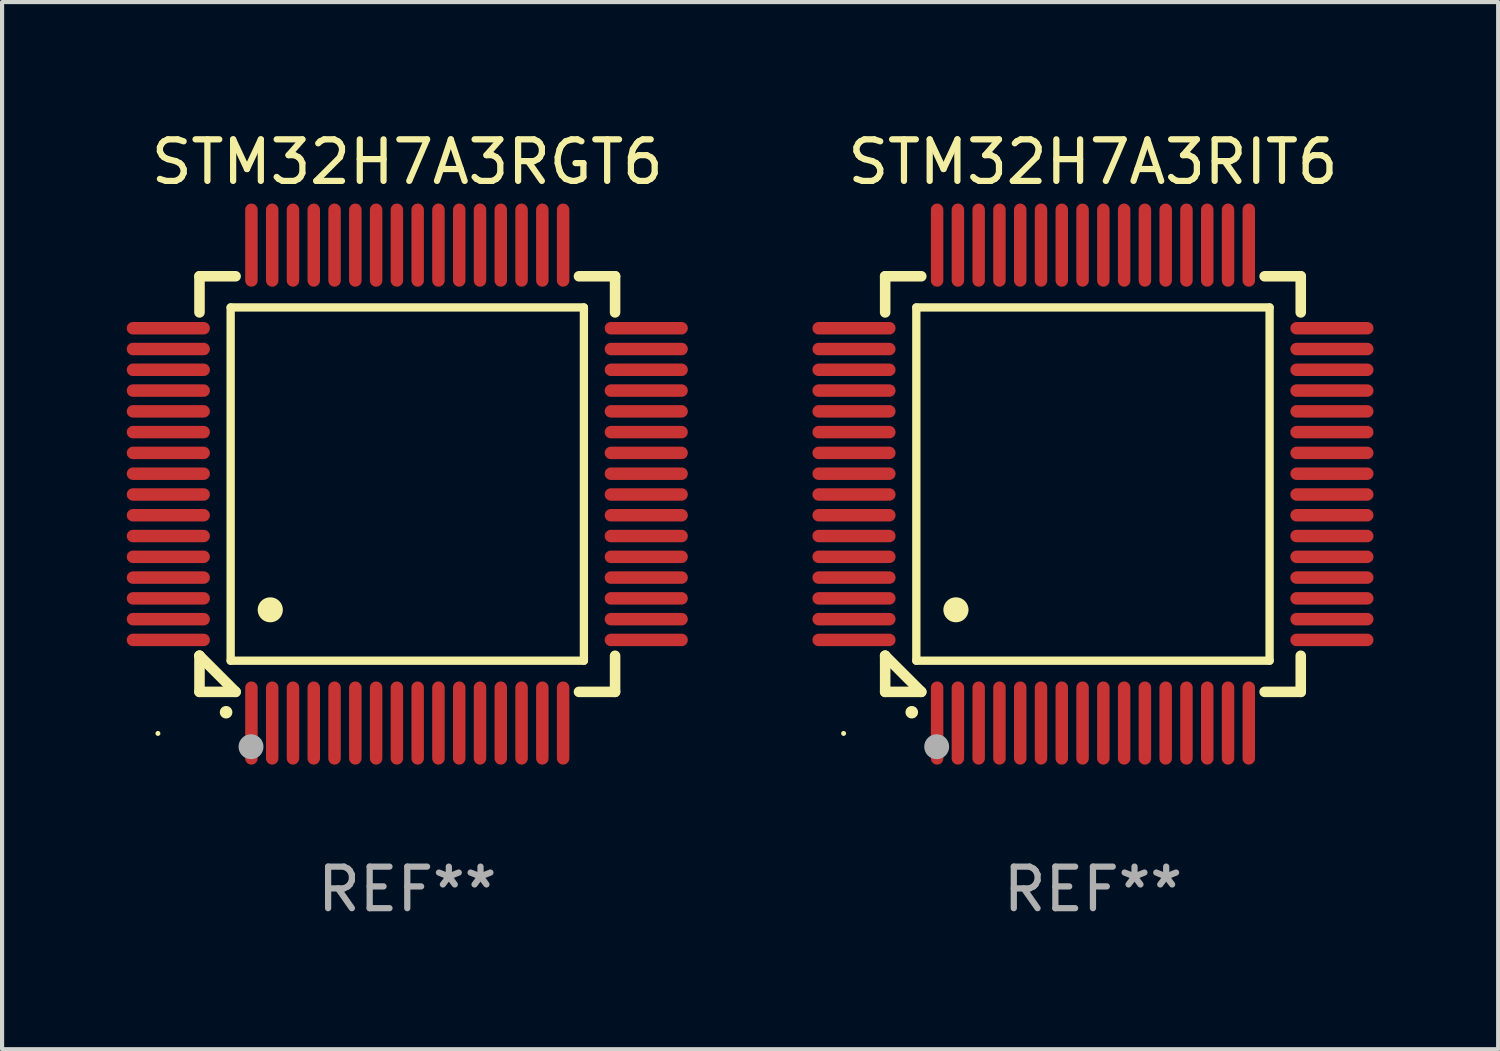
<source format=kicad_pcb>
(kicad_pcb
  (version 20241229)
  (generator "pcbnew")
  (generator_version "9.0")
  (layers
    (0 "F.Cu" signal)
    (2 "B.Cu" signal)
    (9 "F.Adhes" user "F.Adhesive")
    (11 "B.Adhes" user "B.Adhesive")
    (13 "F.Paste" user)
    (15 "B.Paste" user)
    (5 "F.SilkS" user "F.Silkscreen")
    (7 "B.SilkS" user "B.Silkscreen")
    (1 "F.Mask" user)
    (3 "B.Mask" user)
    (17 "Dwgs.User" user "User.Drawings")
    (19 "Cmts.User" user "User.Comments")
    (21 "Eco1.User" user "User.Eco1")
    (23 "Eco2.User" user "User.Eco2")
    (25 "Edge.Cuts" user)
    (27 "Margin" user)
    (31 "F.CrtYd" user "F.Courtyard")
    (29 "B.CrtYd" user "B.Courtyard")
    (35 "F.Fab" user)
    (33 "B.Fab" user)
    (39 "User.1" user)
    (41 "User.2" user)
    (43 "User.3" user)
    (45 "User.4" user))
  (footprint "STM32H7A3RGT6"
    (layer "F.Cu")
    (at 6.75 8.598)
    (property "Reference" "STM32H7A3RGT6" (at 0 -7.75 0) (layer "F.SilkS") (effects (font (size 1 1) (thickness 0.15))))
    (attr through_hole)
    (fp_line (start -5 -5) (end -4.131 -5) (stroke (width 0.254) (type solid)) (layer "F.SilkS"))
    (fp_line (start -5 -4.131) (end -5 -5) (stroke (width 0.254) (type solid)) (layer "F.SilkS"))
    (fp_line (start -5 4.131) (end -5 4.131) (stroke (width 0.254) (type solid)) (layer "F.SilkS"))
    (fp_line (start -5 5) (end -5 4.131) (stroke (width 0.254) (type solid)) (layer "F.SilkS"))
    (fp_line (start -5 4.131) (end -4.131 5) (stroke (width 0.254) (type solid)) (layer "F.SilkS"))
    (fp_line (start -4.25 -4.25) (end -4.25 4.25) (stroke (width 0.2) (type solid)) (layer "F.SilkS"))
    (fp_line (start -4.25 4.25) (end 4.25 4.25) (stroke (width 0.2) (type solid)) (layer "F.SilkS"))
    (fp_line (start -4.131 5) (end -5 5) (stroke (width 0.254) (type solid)) (layer "F.SilkS"))
    (fp_line (start 4.25 -4.25) (end -4.25 -4.25) (stroke (width 0.2) (type solid)) (layer "F.SilkS"))
    (fp_line (start 4.25 4.25) (end 4.25 -4.25) (stroke (width 0.2) (type solid)) (layer "F.SilkS"))
    (fp_line (start 5 -5) (end 4.131 -5) (stroke (width 0.254) (type solid)) (layer "F.SilkS"))
    (fp_line (start 5 -5) (end 5 -4.131) (stroke (width 0.254) (type solid)) (layer "F.SilkS"))
    (fp_line (start 5 4.131) (end 5 5) (stroke (width 0.254) (type solid)) (layer "F.SilkS"))
    (fp_line (start 5 5) (end 4.131 5) (stroke (width 0.254) (type solid)) (layer "F.SilkS"))
    (fp_arc (start -4.361265 5.489992) (mid -4.359995 5.489987) (end -4.358725 5.489992) (stroke (width 0.3) (type solid)) (layer "F.SilkS"))
    (fp_arc (start -3.299467 3.025146) (mid -3.296927 3.025135) (end -3.294387 3.025146) (stroke (width 0.6) (type solid)) (layer "F.SilkS"))
    (fp_circle (center -6 6) (end -5.97 6) (stroke (width 0.06) (type solid)) (fill no) (layer "F.SilkS"))
    (fp_circle (center -3.76 6.32) (end -3.61 6.32) (stroke (width 0.3) (type solid)) (fill no) (layer "F.Fab"))
    (fp_text user "REF**" (at 0 9.75 0) (layer "F.Fab") (effects (font (size 1 1) (thickness 0.15))))
    (pad "1" smd oval (at -3.75 5.75) (size 0.3 2) (layers "F.Cu" "F.Mask" "F.Paste"))
    (pad "2" smd oval (at -3.25 5.75) (size 0.3 2) (layers "F.Cu" "F.Mask" "F.Paste"))
    (pad "3" smd oval (at -2.75 5.75) (size 0.3 2) (layers "F.Cu" "F.Mask" "F.Paste"))
    (pad "4" smd oval (at -2.25 5.75) (size 0.3 2) (layers "F.Cu" "F.Mask" "F.Paste"))
    (pad "5" smd oval (at -1.75 5.75) (size 0.3 2) (layers "F.Cu" "F.Mask" "F.Paste"))
    (pad "6" smd oval (at -1.25 5.75) (size 0.3 2) (layers "F.Cu" "F.Mask" "F.Paste"))
    (pad "7" smd oval (at -0.75 5.75) (size 0.3 2) (layers "F.Cu" "F.Mask" "F.Paste"))
    (pad "8" smd oval (at -0.25 5.75) (size 0.3 2) (layers "F.Cu" "F.Mask" "F.Paste"))
    (pad "9" smd oval (at 0.25 5.75) (size 0.3 2) (layers "F.Cu" "F.Mask" "F.Paste"))
    (pad "10" smd oval (at 0.75 5.75) (size 0.3 2) (layers "F.Cu" "F.Mask" "F.Paste"))
    (pad "11" smd oval (at 1.25 5.75) (size 0.3 2) (layers "F.Cu" "F.Mask" "F.Paste"))
    (pad "12" smd oval (at 1.75 5.75) (size 0.3 2) (layers "F.Cu" "F.Mask" "F.Paste"))
    (pad "13" smd oval (at 2.25 5.75) (size 0.3 2) (layers "F.Cu" "F.Mask" "F.Paste"))
    (pad "14" smd oval (at 2.75 5.75) (size 0.3 2) (layers "F.Cu" "F.Mask" "F.Paste"))
    (pad "15" smd oval (at 3.25 5.75) (size 0.3 2) (layers "F.Cu" "F.Mask" "F.Paste"))
    (pad "16" smd oval (at 3.75 5.75) (size 0.3 2) (layers "F.Cu" "F.Mask" "F.Paste"))
    (pad "17" smd oval (at 5.75 3.75) (size 2 0.3) (layers "F.Cu" "F.Mask" "F.Paste"))
    (pad "18" smd oval (at 5.75 3.25) (size 2 0.3) (layers "F.Cu" "F.Mask" "F.Paste"))
    (pad "19" smd oval (at 5.75 2.75) (size 2 0.3) (layers "F.Cu" "F.Mask" "F.Paste"))
    (pad "20" smd oval (at 5.75 2.25) (size 2 0.3) (layers "F.Cu" "F.Mask" "F.Paste"))
    (pad "21" smd oval (at 5.75 1.75) (size 2 0.3) (layers "F.Cu" "F.Mask" "F.Paste"))
    (pad "22" smd oval (at 5.75 1.25) (size 2 0.3) (layers "F.Cu" "F.Mask" "F.Paste"))
    (pad "23" smd oval (at 5.75 0.75) (size 2 0.3) (layers "F.Cu" "F.Mask" "F.Paste"))
    (pad "24" smd oval (at 5.75 0.25) (size 2 0.3) (layers "F.Cu" "F.Mask" "F.Paste"))
    (pad "25" smd oval (at 5.75 -0.25) (size 2 0.3) (layers "F.Cu" "F.Mask" "F.Paste"))
    (pad "26" smd oval (at 5.75 -0.75) (size 2 0.3) (layers "F.Cu" "F.Mask" "F.Paste"))
    (pad "27" smd oval (at 5.75 -1.25) (size 2 0.3) (layers "F.Cu" "F.Mask" "F.Paste"))
    (pad "28" smd oval (at 5.75 -1.75) (size 2 0.3) (layers "F.Cu" "F.Mask" "F.Paste"))
    (pad "29" smd oval (at 5.75 -2.25) (size 2 0.3) (layers "F.Cu" "F.Mask" "F.Paste"))
    (pad "30" smd oval (at 5.75 -2.75) (size 2 0.3) (layers "F.Cu" "F.Mask" "F.Paste"))
    (pad "31" smd oval (at 5.75 -3.25) (size 2 0.3) (layers "F.Cu" "F.Mask" "F.Paste"))
    (pad "32" smd oval (at 5.75 -3.75) (size 2 0.3) (layers "F.Cu" "F.Mask" "F.Paste"))
    (pad "33" smd oval (at 3.75 -5.75) (size 0.3 2) (layers "F.Cu" "F.Mask" "F.Paste"))
    (pad "34" smd oval (at 3.25 -5.75) (size 0.3 2) (layers "F.Cu" "F.Mask" "F.Paste"))
    (pad "35" smd oval (at 2.75 -5.75) (size 0.3 2) (layers "F.Cu" "F.Mask" "F.Paste"))
    (pad "36" smd oval (at 2.25 -5.75) (size 0.3 2) (layers "F.Cu" "F.Mask" "F.Paste"))
    (pad "37" smd oval (at 1.75 -5.75) (size 0.3 2) (layers "F.Cu" "F.Mask" "F.Paste"))
    (pad "38" smd oval (at 1.25 -5.75) (size 0.3 2) (layers "F.Cu" "F.Mask" "F.Paste"))
    (pad "39" smd oval (at 0.75 -5.75) (size 0.3 2) (layers "F.Cu" "F.Mask" "F.Paste"))
    (pad "40" smd oval (at 0.25 -5.75) (size 0.3 2) (layers "F.Cu" "F.Mask" "F.Paste"))
    (pad "41" smd oval (at -0.25 -5.75) (size 0.3 2) (layers "F.Cu" "F.Mask" "F.Paste"))
    (pad "42" smd oval (at -0.75 -5.75) (size 0.3 2) (layers "F.Cu" "F.Mask" "F.Paste"))
    (pad "43" smd oval (at -1.25 -5.75) (size 0.3 2) (layers "F.Cu" "F.Mask" "F.Paste"))
    (pad "44" smd oval (at -1.75 -5.75) (size 0.3 2) (layers "F.Cu" "F.Mask" "F.Paste"))
    (pad "45" smd oval (at -2.25 -5.75) (size 0.3 2) (layers "F.Cu" "F.Mask" "F.Paste"))
    (pad "46" smd oval (at -2.75 -5.75) (size 0.3 2) (layers "F.Cu" "F.Mask" "F.Paste"))
    (pad "47" smd oval (at -3.25 -5.75) (size 0.3 2) (layers "F.Cu" "F.Mask" "F.Paste"))
    (pad "48" smd oval (at -3.75 -5.75) (size 0.3 2) (layers "F.Cu" "F.Mask" "F.Paste"))
    (pad "49" smd oval (at -5.75 -3.75) (size 2 0.3) (layers "F.Cu" "F.Mask" "F.Paste"))
    (pad "50" smd oval (at -5.75 -3.25) (size 2 0.3) (layers "F.Cu" "F.Mask" "F.Paste"))
    (pad "51" smd oval (at -5.75 -2.75) (size 2 0.3) (layers "F.Cu" "F.Mask" "F.Paste"))
    (pad "52" smd oval (at -5.75 -2.25) (size 2 0.3) (layers "F.Cu" "F.Mask" "F.Paste"))
    (pad "53" smd oval (at -5.75 -1.75) (size 2 0.3) (layers "F.Cu" "F.Mask" "F.Paste"))
    (pad "54" smd oval (at -5.75 -1.25) (size 2 0.3) (layers "F.Cu" "F.Mask" "F.Paste"))
    (pad "55" smd oval (at -5.75 -0.75) (size 2 0.3) (layers "F.Cu" "F.Mask" "F.Paste"))
    (pad "56" smd oval (at -5.75 -0.25) (size 2 0.3) (layers "F.Cu" "F.Mask" "F.Paste"))
    (pad "57" smd oval (at -5.75 0.25) (size 2 0.3) (layers "F.Cu" "F.Mask" "F.Paste"))
    (pad "58" smd oval (at -5.75 0.75) (size 2 0.3) (layers "F.Cu" "F.Mask" "F.Paste"))
    (pad "59" smd oval (at -5.75 1.25) (size 2 0.3) (layers "F.Cu" "F.Mask" "F.Paste"))
    (pad "60" smd oval (at -5.75 1.75) (size 2 0.3) (layers "F.Cu" "F.Mask" "F.Paste"))
    (pad "61" smd oval (at -5.75 2.25) (size 2 0.3) (layers "F.Cu" "F.Mask" "F.Paste"))
    (pad "62" smd oval (at -5.75 2.75) (size 2 0.3) (layers "F.Cu" "F.Mask" "F.Paste"))
    (pad "63" smd oval (at -5.75 3.25) (size 2 0.3) (layers "F.Cu" "F.Mask" "F.Paste"))
    (pad "64" smd oval (at -5.75 3.75) (size 2 0.3) (layers "F.Cu" "F.Mask" "F.Paste")))
  (footprint "STM32H7A3RIT6"
    (layer "F.Cu")
    (at 23.249 8.598)
    (property "Reference" "STM32H7A3RIT6" (at 0 -7.75 0) (layer "F.SilkS") (effects (font (size 1 1) (thickness 0.15))))
    (attr through_hole)
    (fp_line (start -5 -5) (end -4.131 -5) (stroke (width 0.254) (type solid)) (layer "F.SilkS"))
    (fp_line (start -5 -4.131) (end -5 -5) (stroke (width 0.254) (type solid)) (layer "F.SilkS"))
    (fp_line (start -5 4.131) (end -5 4.131) (stroke (width 0.254) (type solid)) (layer "F.SilkS"))
    (fp_line (start -5 5) (end -5 4.131) (stroke (width 0.254) (type solid)) (layer "F.SilkS"))
    (fp_line (start -5 4.131) (end -4.131 5) (stroke (width 0.254) (type solid)) (layer "F.SilkS"))
    (fp_line (start -4.25 -4.25) (end -4.25 4.25) (stroke (width 0.2) (type solid)) (layer "F.SilkS"))
    (fp_line (start -4.25 4.25) (end 4.25 4.25) (stroke (width 0.2) (type solid)) (layer "F.SilkS"))
    (fp_line (start -4.131 5) (end -5 5) (stroke (width 0.254) (type solid)) (layer "F.SilkS"))
    (fp_line (start 4.25 -4.25) (end -4.25 -4.25) (stroke (width 0.2) (type solid)) (layer "F.SilkS"))
    (fp_line (start 4.25 4.25) (end 4.25 -4.25) (stroke (width 0.2) (type solid)) (layer "F.SilkS"))
    (fp_line (start 5 -5) (end 4.131 -5) (stroke (width 0.254) (type solid)) (layer "F.SilkS"))
    (fp_line (start 5 -5) (end 5 -4.131) (stroke (width 0.254) (type solid)) (layer "F.SilkS"))
    (fp_line (start 5 4.131) (end 5 5) (stroke (width 0.254) (type solid)) (layer "F.SilkS"))
    (fp_line (start 5 5) (end 4.131 5) (stroke (width 0.254) (type solid)) (layer "F.SilkS"))
    (fp_arc (start -4.361265 5.489992) (mid -4.359995 5.489987) (end -4.358725 5.489992) (stroke (width 0.3) (type solid)) (layer "F.SilkS"))
    (fp_arc (start -3.299467 3.025146) (mid -3.296927 3.025135) (end -3.294387 3.025146) (stroke (width 0.6) (type solid)) (layer "F.SilkS"))
    (fp_circle (center -6 6) (end -5.97 6) (stroke (width 0.06) (type solid)) (fill no) (layer "F.SilkS"))
    (fp_circle (center -3.76 6.32) (end -3.61 6.32) (stroke (width 0.3) (type solid)) (fill no) (layer "F.Fab"))
    (fp_text user "REF**" (at 0 9.75 0) (layer "F.Fab") (effects (font (size 1 1) (thickness 0.15))))
    (pad "1" smd oval (at -3.75 5.75) (size 0.3 2) (layers "F.Cu" "F.Mask" "F.Paste"))
    (pad "2" smd oval (at -3.25 5.75) (size 0.3 2) (layers "F.Cu" "F.Mask" "F.Paste"))
    (pad "3" smd oval (at -2.75 5.75) (size 0.3 2) (layers "F.Cu" "F.Mask" "F.Paste"))
    (pad "4" smd oval (at -2.25 5.75) (size 0.3 2) (layers "F.Cu" "F.Mask" "F.Paste"))
    (pad "5" smd oval (at -1.75 5.75) (size 0.3 2) (layers "F.Cu" "F.Mask" "F.Paste"))
    (pad "6" smd oval (at -1.25 5.75) (size 0.3 2) (layers "F.Cu" "F.Mask" "F.Paste"))
    (pad "7" smd oval (at -0.75 5.75) (size 0.3 2) (layers "F.Cu" "F.Mask" "F.Paste"))
    (pad "8" smd oval (at -0.25 5.75) (size 0.3 2) (layers "F.Cu" "F.Mask" "F.Paste"))
    (pad "9" smd oval (at 0.25 5.75) (size 0.3 2) (layers "F.Cu" "F.Mask" "F.Paste"))
    (pad "10" smd oval (at 0.75 5.75) (size 0.3 2) (layers "F.Cu" "F.Mask" "F.Paste"))
    (pad "11" smd oval (at 1.25 5.75) (size 0.3 2) (layers "F.Cu" "F.Mask" "F.Paste"))
    (pad "12" smd oval (at 1.75 5.75) (size 0.3 2) (layers "F.Cu" "F.Mask" "F.Paste"))
    (pad "13" smd oval (at 2.25 5.75) (size 0.3 2) (layers "F.Cu" "F.Mask" "F.Paste"))
    (pad "14" smd oval (at 2.75 5.75) (size 0.3 2) (layers "F.Cu" "F.Mask" "F.Paste"))
    (pad "15" smd oval (at 3.25 5.75) (size 0.3 2) (layers "F.Cu" "F.Mask" "F.Paste"))
    (pad "16" smd oval (at 3.75 5.75) (size 0.3 2) (layers "F.Cu" "F.Mask" "F.Paste"))
    (pad "17" smd oval (at 5.75 3.75) (size 2 0.3) (layers "F.Cu" "F.Mask" "F.Paste"))
    (pad "18" smd oval (at 5.75 3.25) (size 2 0.3) (layers "F.Cu" "F.Mask" "F.Paste"))
    (pad "19" smd oval (at 5.75 2.75) (size 2 0.3) (layers "F.Cu" "F.Mask" "F.Paste"))
    (pad "20" smd oval (at 5.75 2.25) (size 2 0.3) (layers "F.Cu" "F.Mask" "F.Paste"))
    (pad "21" smd oval (at 5.75 1.75) (size 2 0.3) (layers "F.Cu" "F.Mask" "F.Paste"))
    (pad "22" smd oval (at 5.75 1.25) (size 2 0.3) (layers "F.Cu" "F.Mask" "F.Paste"))
    (pad "23" smd oval (at 5.75 0.75) (size 2 0.3) (layers "F.Cu" "F.Mask" "F.Paste"))
    (pad "24" smd oval (at 5.75 0.25) (size 2 0.3) (layers "F.Cu" "F.Mask" "F.Paste"))
    (pad "25" smd oval (at 5.75 -0.25) (size 2 0.3) (layers "F.Cu" "F.Mask" "F.Paste"))
    (pad "26" smd oval (at 5.75 -0.75) (size 2 0.3) (layers "F.Cu" "F.Mask" "F.Paste"))
    (pad "27" smd oval (at 5.75 -1.25) (size 2 0.3) (layers "F.Cu" "F.Mask" "F.Paste"))
    (pad "28" smd oval (at 5.75 -1.75) (size 2 0.3) (layers "F.Cu" "F.Mask" "F.Paste"))
    (pad "29" smd oval (at 5.75 -2.25) (size 2 0.3) (layers "F.Cu" "F.Mask" "F.Paste"))
    (pad "30" smd oval (at 5.75 -2.75) (size 2 0.3) (layers "F.Cu" "F.Mask" "F.Paste"))
    (pad "31" smd oval (at 5.75 -3.25) (size 2 0.3) (layers "F.Cu" "F.Mask" "F.Paste"))
    (pad "32" smd oval (at 5.75 -3.75) (size 2 0.3) (layers "F.Cu" "F.Mask" "F.Paste"))
    (pad "33" smd oval (at 3.75 -5.75) (size 0.3 2) (layers "F.Cu" "F.Mask" "F.Paste"))
    (pad "34" smd oval (at 3.25 -5.75) (size 0.3 2) (layers "F.Cu" "F.Mask" "F.Paste"))
    (pad "35" smd oval (at 2.75 -5.75) (size 0.3 2) (layers "F.Cu" "F.Mask" "F.Paste"))
    (pad "36" smd oval (at 2.25 -5.75) (size 0.3 2) (layers "F.Cu" "F.Mask" "F.Paste"))
    (pad "37" smd oval (at 1.75 -5.75) (size 0.3 2) (layers "F.Cu" "F.Mask" "F.Paste"))
    (pad "38" smd oval (at 1.25 -5.75) (size 0.3 2) (layers "F.Cu" "F.Mask" "F.Paste"))
    (pad "39" smd oval (at 0.75 -5.75) (size 0.3 2) (layers "F.Cu" "F.Mask" "F.Paste"))
    (pad "40" smd oval (at 0.25 -5.75) (size 0.3 2) (layers "F.Cu" "F.Mask" "F.Paste"))
    (pad "41" smd oval (at -0.25 -5.75) (size 0.3 2) (layers "F.Cu" "F.Mask" "F.Paste"))
    (pad "42" smd oval (at -0.75 -5.75) (size 0.3 2) (layers "F.Cu" "F.Mask" "F.Paste"))
    (pad "43" smd oval (at -1.25 -5.75) (size 0.3 2) (layers "F.Cu" "F.Mask" "F.Paste"))
    (pad "44" smd oval (at -1.75 -5.75) (size 0.3 2) (layers "F.Cu" "F.Mask" "F.Paste"))
    (pad "45" smd oval (at -2.25 -5.75) (size 0.3 2) (layers "F.Cu" "F.Mask" "F.Paste"))
    (pad "46" smd oval (at -2.75 -5.75) (size 0.3 2) (layers "F.Cu" "F.Mask" "F.Paste"))
    (pad "47" smd oval (at -3.25 -5.75) (size 0.3 2) (layers "F.Cu" "F.Mask" "F.Paste"))
    (pad "48" smd oval (at -3.75 -5.75) (size 0.3 2) (layers "F.Cu" "F.Mask" "F.Paste"))
    (pad "49" smd oval (at -5.75 -3.75) (size 2 0.3) (layers "F.Cu" "F.Mask" "F.Paste"))
    (pad "50" smd oval (at -5.75 -3.25) (size 2 0.3) (layers "F.Cu" "F.Mask" "F.Paste"))
    (pad "51" smd oval (at -5.75 -2.75) (size 2 0.3) (layers "F.Cu" "F.Mask" "F.Paste"))
    (pad "52" smd oval (at -5.75 -2.25) (size 2 0.3) (layers "F.Cu" "F.Mask" "F.Paste"))
    (pad "53" smd oval (at -5.75 -1.75) (size 2 0.3) (layers "F.Cu" "F.Mask" "F.Paste"))
    (pad "54" smd oval (at -5.75 -1.25) (size 2 0.3) (layers "F.Cu" "F.Mask" "F.Paste"))
    (pad "55" smd oval (at -5.75 -0.75) (size 2 0.3) (layers "F.Cu" "F.Mask" "F.Paste"))
    (pad "56" smd oval (at -5.75 -0.25) (size 2 0.3) (layers "F.Cu" "F.Mask" "F.Paste"))
    (pad "57" smd oval (at -5.75 0.25) (size 2 0.3) (layers "F.Cu" "F.Mask" "F.Paste"))
    (pad "58" smd oval (at -5.75 0.75) (size 2 0.3) (layers "F.Cu" "F.Mask" "F.Paste"))
    (pad "59" smd oval (at -5.75 1.25) (size 2 0.3) (layers "F.Cu" "F.Mask" "F.Paste"))
    (pad "60" smd oval (at -5.75 1.75) (size 2 0.3) (layers "F.Cu" "F.Mask" "F.Paste"))
    (pad "61" smd oval (at -5.75 2.25) (size 2 0.3) (layers "F.Cu" "F.Mask" "F.Paste"))
    (pad "62" smd oval (at -5.75 2.75) (size 2 0.3) (layers "F.Cu" "F.Mask" "F.Paste"))
    (pad "63" smd oval (at -5.75 3.25) (size 2 0.3) (layers "F.Cu" "F.Mask" "F.Paste"))
    (pad "64" smd oval (at -5.75 3.75) (size 2 0.3) (layers "F.Cu" "F.Mask" "F.Paste")))
  (gr_rect
    (start -3 -3)
    (end 32.999 22.196)
    (stroke (width 0.1) (type default))
    (fill no)
    (layer "Edge.Cuts")))
</source>
